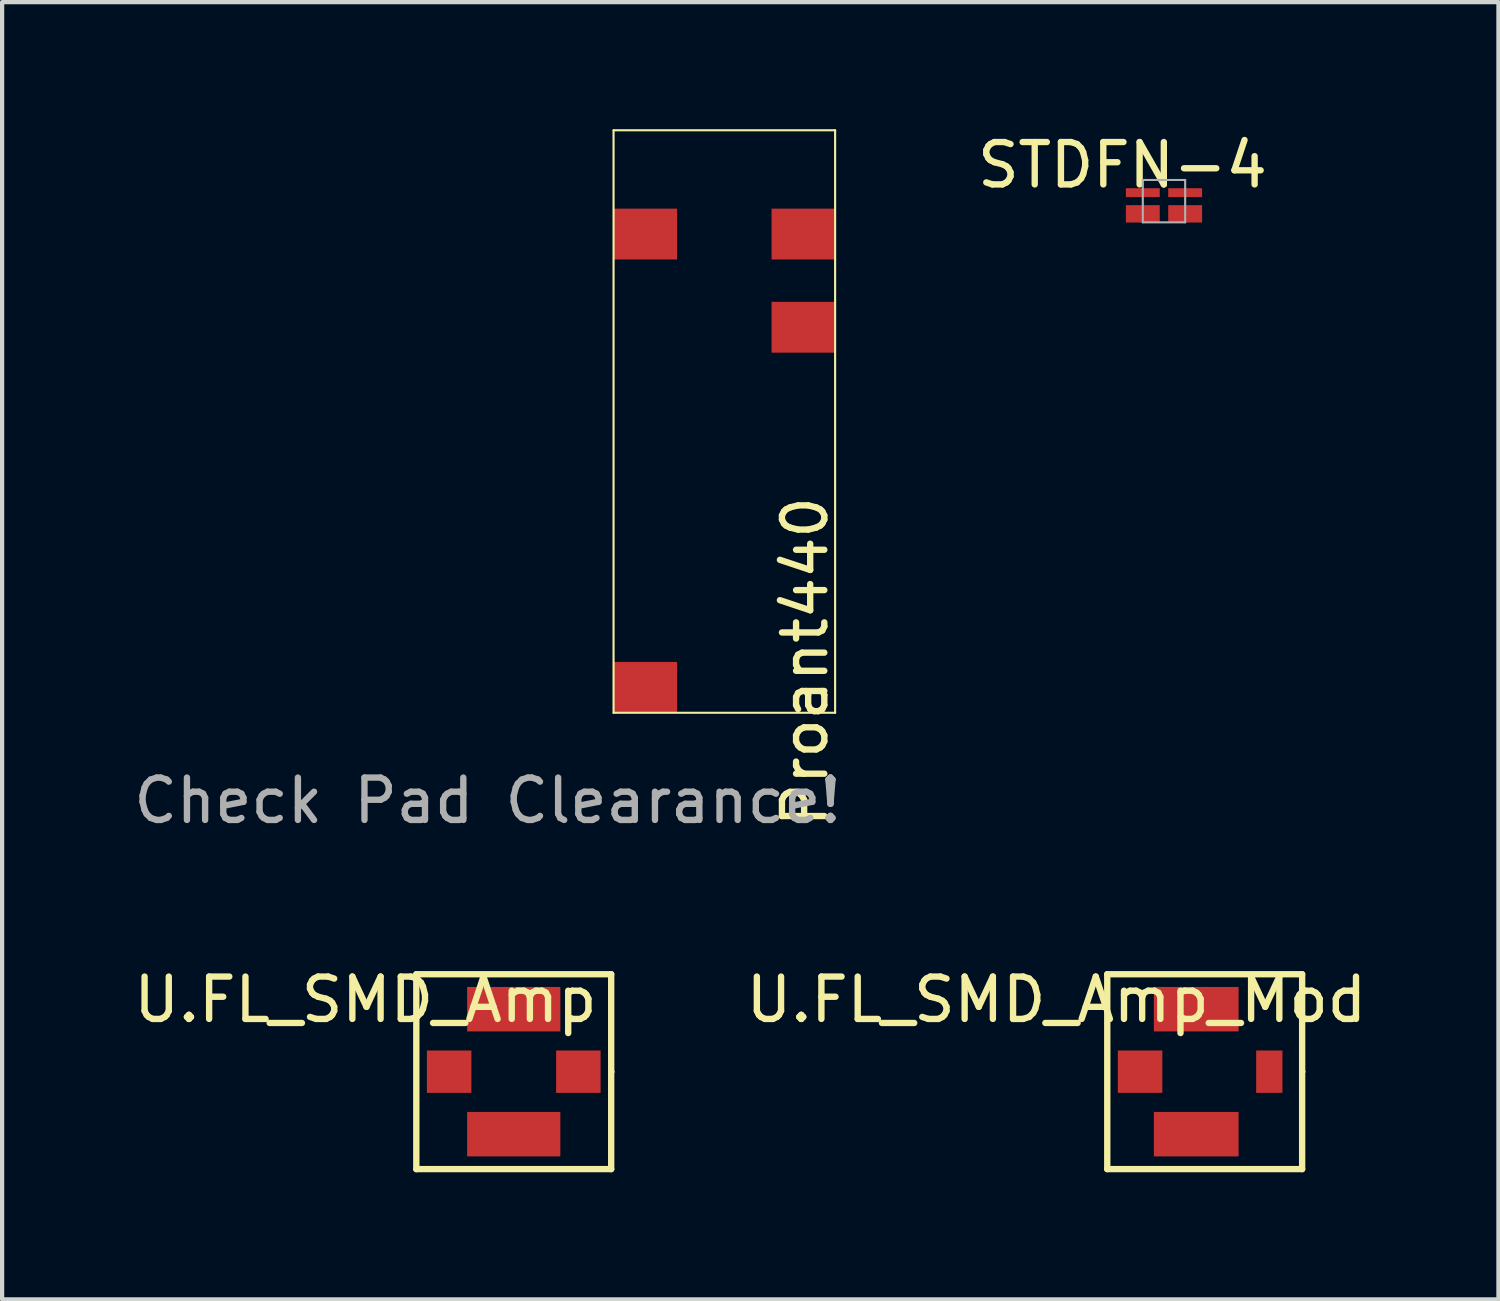
<source format=kicad_pcb>
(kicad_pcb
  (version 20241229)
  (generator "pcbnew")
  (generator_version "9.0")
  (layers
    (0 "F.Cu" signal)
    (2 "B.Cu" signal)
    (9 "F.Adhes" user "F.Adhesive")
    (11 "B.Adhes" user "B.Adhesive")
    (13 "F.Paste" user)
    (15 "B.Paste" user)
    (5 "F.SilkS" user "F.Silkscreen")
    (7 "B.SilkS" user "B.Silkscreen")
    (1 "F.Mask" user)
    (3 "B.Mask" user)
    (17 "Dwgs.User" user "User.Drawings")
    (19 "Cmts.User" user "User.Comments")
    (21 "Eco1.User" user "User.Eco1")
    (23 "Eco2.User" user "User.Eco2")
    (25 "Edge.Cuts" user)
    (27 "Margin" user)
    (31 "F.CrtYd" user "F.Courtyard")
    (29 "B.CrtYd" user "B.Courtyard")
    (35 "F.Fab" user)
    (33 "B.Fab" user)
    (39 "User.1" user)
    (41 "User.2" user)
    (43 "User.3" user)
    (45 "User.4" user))
  (footprint "Proant440"
    (layer "F.Cu")
    (at 14.048 6.9)
    (property "Reference" "Proant440" (at 1.905 5.67 270) (layer "F.SilkS") (effects (font (size 1 1) (thickness 0.15))))
    (attr through_hole)
    (fp_line (start -2.615 -6.875) (end 2.615 -6.875) (stroke (width 0.05) (type solid)) (layer "F.SilkS"))
    (fp_line (start -2.615 6.875) (end -2.615 -6.875) (stroke (width 0.05) (type solid)) (layer "F.SilkS"))
    (fp_line (start 2.615 -6.875) (end 2.615 6.875) (stroke (width 0.05) (type solid)) (layer "F.SilkS"))
    (fp_line (start 2.615 6.875) (end -2.615 6.875) (stroke (width 0.05) (type solid)) (layer "F.SilkS"))
    (fp_text user "Check Pad Clearance!" (at -5.59 8.95 0) (layer "F.Fab") (effects (font (size 1 1) (thickness 0.15))))
    (pad "" smd rect (at -1.865 -4.425 90) (size 1.2 1.5) (layers "F.Cu" "F.Mask" "F.Paste"))
    (pad "" smd rect (at -1.865 6.275 90) (size 1.2 1.5) (layers "F.Cu" "F.Mask" "F.Paste"))
    (pad "1" smd rect (at 1.865 -2.225 90) (size 1.2 1.5) (layers "F.Cu" "F.Mask" "F.Paste"))
    (pad "2" smd rect (at 1.865 -4.425 90) (size 1.2 1.5) (layers "F.Cu" "F.Mask" "F.Paste")))
  (footprint "U.FL_SMD_Amp"
    (layer "F.Cu")
    (at 9.077 22.247)
    (property "Reference" "U.FL_SMD_Amp" (at -3.5 -1.7 0) (layer "F.SilkS") (effects (font (size 1 1) (thickness 0.15))))
    (attr through_hole)
    (fp_line (start -2.3 -2.3) (end 2.3 -2.3) (stroke (width 0.15) (type solid)) (layer "F.SilkS"))
    (fp_line (start -2.3 2.3) (end -2.3 -2.3) (stroke (width 0.15) (type solid)) (layer "F.SilkS"))
    (fp_line (start 2.3 -2.3) (end 2.3 0) (stroke (width 0.15) (type solid)) (layer "F.SilkS"))
    (fp_line (start 2.3 0) (end 2.3 0) (stroke (width 0.15) (type solid)) (layer "F.SilkS"))
    (fp_line (start 2.3 0) (end 2.3 2.3) (stroke (width 0.15) (type solid)) (layer "F.SilkS"))
    (fp_line (start 2.3 2.3) (end -2.3 2.3) (stroke (width 0.15) (type solid)) (layer "F.SilkS"))
    (pad "1" smd rect (at 1.525 0) (size 1.05 1) (layers "F.Cu" "F.Mask" "F.Paste"))
    (pad "2" smd rect (at -1.525 0) (size 1.05 1) (layers "F.Cu" "F.Mask" "F.Paste"))
    (pad "2" smd rect (at 0 -1.475) (size 2.2 1.05) (layers "F.Cu" "F.Mask" "F.Paste"))
    (pad "2" smd rect (at 0 1.475) (size 2.2 1.05) (layers "F.Cu" "F.Mask" "F.Paste")))
  (footprint "STDFN-4"
    (layer "F.Cu")
    (at 24.426 1.698)
    (property "Reference" "STDFN-4" (at -0.98 -0.85 0) (layer "F.SilkS") (effects (font (size 1 1) (thickness 0.15))))
    (attr through_hole)
    (fp_line (start -0.5 -0.5) (end 0.5 -0.5) (stroke (width 0.05) (type solid)) (layer "F.Fab"))
    (fp_line (start -0.5 0.5) (end -0.5 -0.5) (stroke (width 0.05) (type solid)) (layer "F.Fab"))
    (fp_line (start 0.5 -0.5) (end 0.5 0.5) (stroke (width 0.05) (type solid)) (layer "F.Fab"))
    (fp_line (start 0.5 0.5) (end -0.5 0.5) (stroke (width 0.05) (type solid)) (layer "F.Fab"))
    (pad "1" smd rect (at -0.5 -0.2) (size 0.8 0.21) (layers "F.Cu" "F.Mask" "F.Paste"))
    (pad "2" smd rect (at -0.5 0.3) (size 0.8 0.41) (layers "F.Cu" "F.Mask" "F.Paste"))
    (pad "3" smd rect (at 0.5 0.3) (size 0.8 0.41) (layers "F.Cu" "F.Mask" "F.Paste"))
    (pad "4" smd rect (at 0.5 -0.2) (size 0.8 0.21) (layers "F.Cu" "F.Mask" "F.Paste")))
  (footprint "U.FL_SMD_Amp_Mod"
    (layer "F.Cu")
    (at 25.387 22.247)
    (property "Reference" "U.FL_SMD_Amp_Mod" (at -3.5 -1.7 0) (layer "F.SilkS") (effects (font (size 1 1) (thickness 0.15))))
    (attr through_hole)
    (fp_line (start -2.3 -2.3) (end 2.3 -2.3) (stroke (width 0.15) (type solid)) (layer "F.SilkS"))
    (fp_line (start -2.3 2.3) (end -2.3 -2.3) (stroke (width 0.15) (type solid)) (layer "F.SilkS"))
    (fp_line (start 2.3 -2.3) (end 2.3 0) (stroke (width 0.15) (type solid)) (layer "F.SilkS"))
    (fp_line (start 2.3 0) (end 2.3 0) (stroke (width 0.15) (type solid)) (layer "F.SilkS"))
    (fp_line (start 2.3 0) (end 2.3 2.3) (stroke (width 0.15) (type solid)) (layer "F.SilkS"))
    (fp_line (start 2.3 2.3) (end -2.3 2.3) (stroke (width 0.15) (type solid)) (layer "F.SilkS"))
    (pad "1" smd rect (at 1.525 0) (size 0.62 1) (layers "F.Cu" "F.Mask" "F.Paste"))
    (pad "2" smd rect (at -1.525 0) (size 1.05 1) (layers "F.Cu" "F.Mask" "F.Paste"))
    (pad "2" smd rect (at -0.2 -1.475) (size 2 1.05) (layers "F.Cu" "F.Mask" "F.Paste"))
    (pad "2" smd rect (at -0.2 1.475) (size 2 1.05) (layers "F.Cu" "F.Mask" "F.Paste")))
  (gr_rect
    (start -3 -3)
    (end 32.321 27.622)
    (stroke (width 0.1) (type default))
    (fill no)
    (layer "Edge.Cuts")))
</source>
